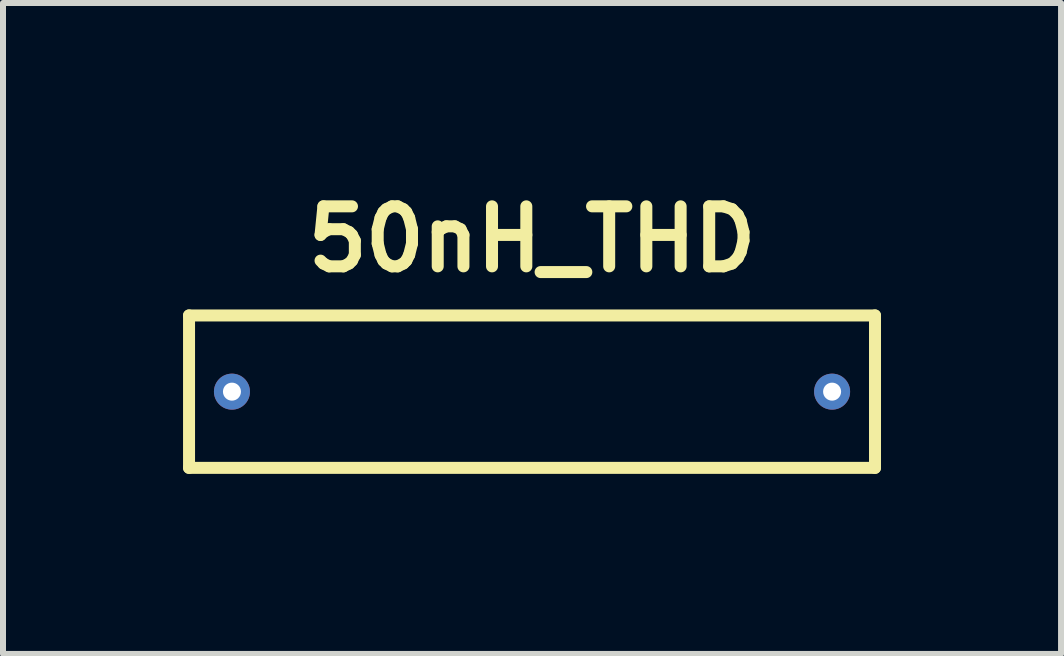
<source format=kicad_pcb>
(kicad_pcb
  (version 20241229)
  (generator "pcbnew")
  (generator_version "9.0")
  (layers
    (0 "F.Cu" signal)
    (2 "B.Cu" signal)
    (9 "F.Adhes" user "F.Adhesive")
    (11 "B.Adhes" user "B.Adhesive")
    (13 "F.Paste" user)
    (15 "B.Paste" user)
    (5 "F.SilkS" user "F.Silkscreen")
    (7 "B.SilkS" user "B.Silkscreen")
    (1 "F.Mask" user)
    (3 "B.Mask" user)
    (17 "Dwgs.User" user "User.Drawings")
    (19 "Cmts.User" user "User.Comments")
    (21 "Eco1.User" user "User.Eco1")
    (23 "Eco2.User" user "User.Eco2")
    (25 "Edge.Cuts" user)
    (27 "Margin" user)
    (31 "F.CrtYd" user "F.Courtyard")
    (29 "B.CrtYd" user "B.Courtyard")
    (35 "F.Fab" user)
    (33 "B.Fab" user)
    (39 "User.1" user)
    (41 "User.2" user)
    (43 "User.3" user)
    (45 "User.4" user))
  (footprint "50nH_THD"
    (layer "F.Cu")
    (at 0.815 3.476)
    (property "Reference" "50nH_THD" (at 5 -2.54 0) (layer "F.SilkS") (effects (font (size 1 1) (thickness 0.2))))
    (attr through_hole)
    (fp_line (start -0.715 -1.27) (end 10.715 -1.27) (stroke (width 0.2) (type solid)) (layer "F.SilkS"))
    (fp_line (start -0.715 1.27) (end -0.715 -1.27) (stroke (width 0.2) (type solid)) (layer "F.SilkS"))
    (fp_line (start 10.715 -1.27) (end 10.715 1.27) (stroke (width 0.2) (type solid)) (layer "F.SilkS"))
    (fp_line (start 10.715 1.27) (end -0.715 1.27) (stroke (width 0.2) (type solid)) (layer "F.SilkS"))
    (pad "1" thru_hole circle (at 0 0) (size 0.6 0.6) (drill 0.3) (layers "*.Cu" "*.Mask"))
    (pad "2" thru_hole circle (at 10 0) (size 0.6 0.6) (drill 0.3) (layers "*.Cu" "*.Mask")))
  (gr_rect
    (start -3 -3)
    (end 14.63 7.846)
    (stroke (width 0.1) (type default))
    (fill no)
    (layer "Edge.Cuts")))
</source>
